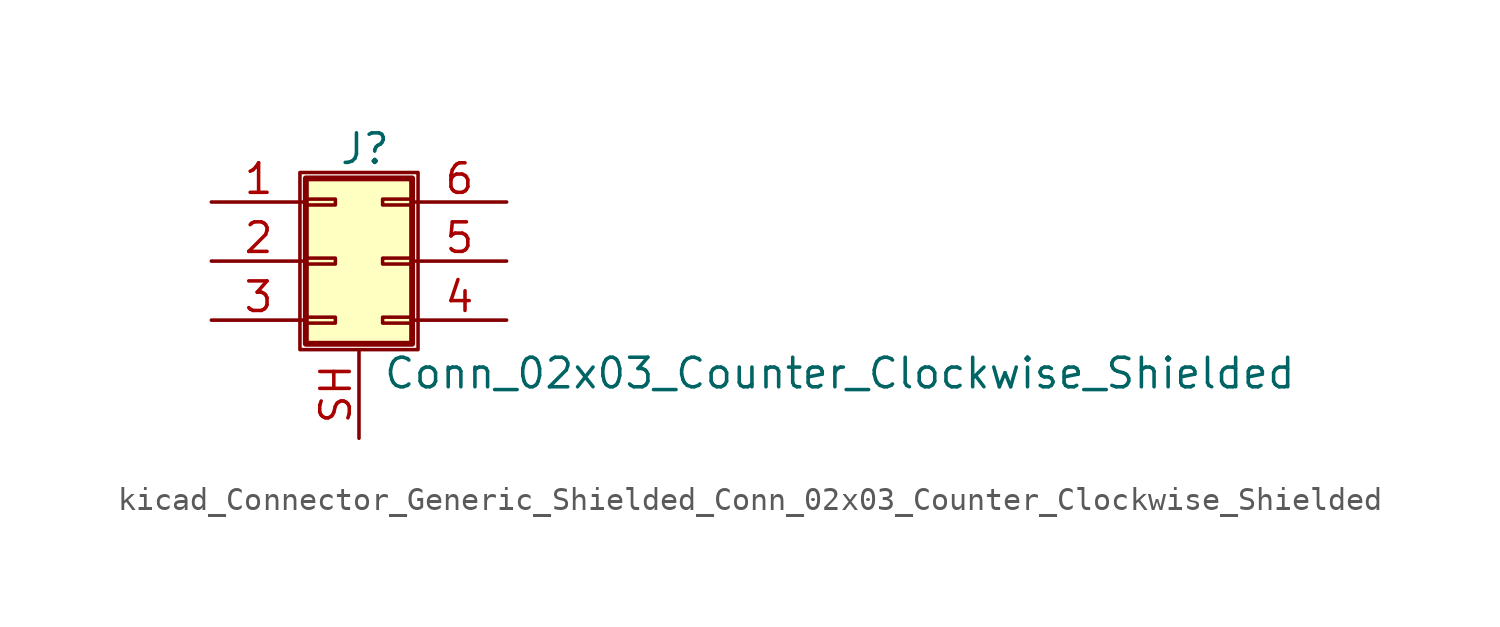
<source format=kicad_sym>
(kicad_symbol_lib
  (version 20220914)
  (generator kicad_symbol_editor)
  (symbol "kicad_Connector_Generic_Shielded_Conn_02x03_Counter_Clockwise_Shielded"
    (pin_names
      (offset 1.016) hide)
    (property "Reference" "J"
      (at 1.524 4.826 0)
      (effects (font (size 1.27 1.27))))
    (property "Value" "Conn_02x03_Counter_Clockwise_Shielded"
      (at 2.286 -4.826 0)
      (effects (font (size 1.27 1.27)) (justify left)))
    (symbol "kicad_Connector_Generic_Shielded_Conn_02x03_Counter_Clockwise_Shielded_1_1"
      (rectangle (start -1.27 3.81) (end 3.81 -3.81) (stroke (width 0.152) (type default)) (fill (type none)))
      (rectangle (start -1.016 -2.413) (end 0.254 -2.667) (stroke (width 0.152) (type default)) (fill (type none)))
      (rectangle (start -1.016 0.127) (end 0.254 -0.127) (stroke (width 0.152) (type default)) (fill (type none)))
      (rectangle (start -1.016 2.667) (end 0.254 2.413) (stroke (width 0.152) (type default)) (fill (type none)))
      (rectangle (start -1.016 3.556) (end 3.556 -3.556) (stroke (width 0.254) (type default)) (fill (type background)))
      (rectangle (start 3.556 -2.413) (end 2.286 -2.667) (stroke (width 0.152) (type default)) (fill (type none)))
      (rectangle (start 3.556 0.127) (end 2.286 -0.127) (stroke (width 0.152) (type default)) (fill (type none)))
      (rectangle (start 3.556 2.667) (end 2.286 2.413) (stroke (width 0.152) (type default)) (fill (type none)))
      (pin passive line (at -5.08 2.54 0) (length 4.064) (name "Pin_1" (effects (font (size 1.27 1.27)))) (number "1" (effects (font (size 1.27 1.27)))))
      (pin passive line (at -5.08 0 0) (length 4.064) (name "Pin_2" (effects (font (size 1.27 1.27)))) (number "2" (effects (font (size 1.27 1.27)))))
      (pin passive line (at -5.08 -2.54 0) (length 4.064) (name "Pin_3" (effects (font (size 1.27 1.27)))) (number "3" (effects (font (size 1.27 1.27)))))
      (pin passive line (at 7.62 -2.54 180) (length 4.064) (name "Pin_4" (effects (font (size 1.27 1.27)))) (number "4" (effects (font (size 1.27 1.27)))))
      (pin passive line (at 7.62 0 180) (length 4.064) (name "Pin_5" (effects (font (size 1.27 1.27)))) (number "5" (effects (font (size 1.27 1.27)))))
      (pin passive line (at 7.62 2.54 180) (length 4.064) (name "Pin_6" (effects (font (size 1.27 1.27)))) (number "6" (effects (font (size 1.27 1.27)))))
      (pin passive line (at 1.27 -7.62 90) (length 3.81) (name "Shield" (effects (font (size 1.27 1.27)))) (number "SH" (effects (font (size 1.27 1.27))))))))
</source>
